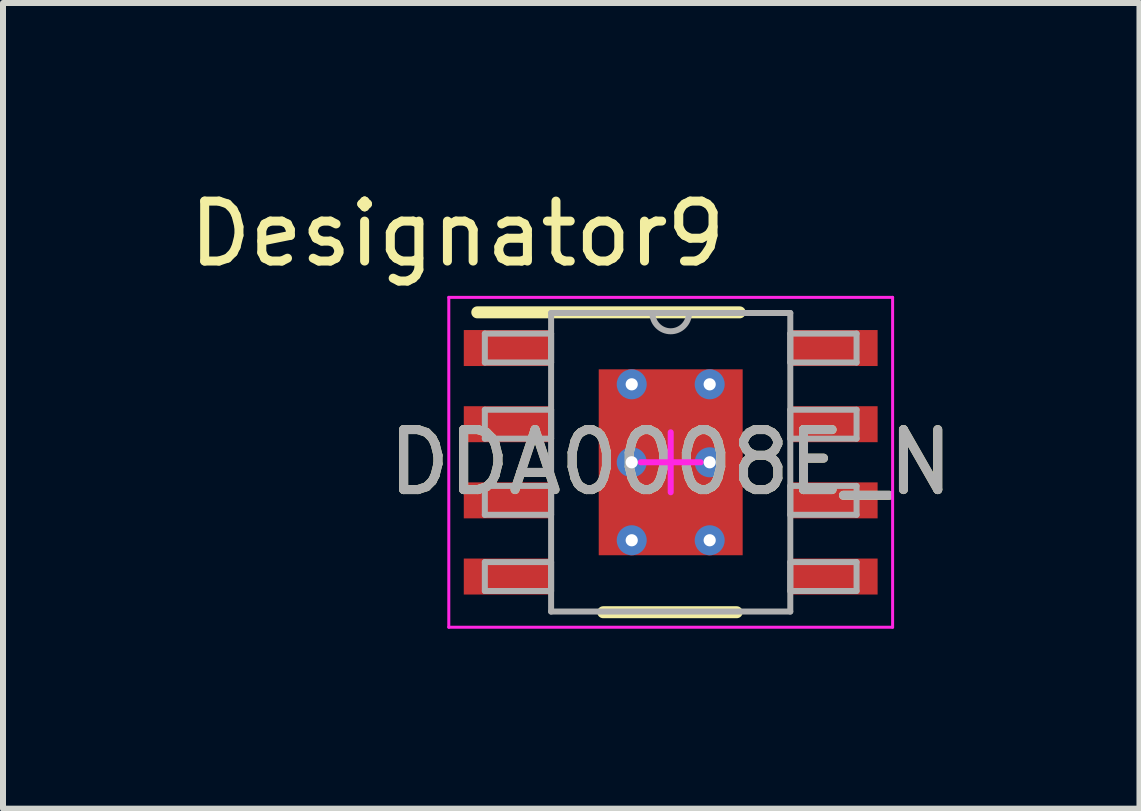
<source format=kicad_pcb>
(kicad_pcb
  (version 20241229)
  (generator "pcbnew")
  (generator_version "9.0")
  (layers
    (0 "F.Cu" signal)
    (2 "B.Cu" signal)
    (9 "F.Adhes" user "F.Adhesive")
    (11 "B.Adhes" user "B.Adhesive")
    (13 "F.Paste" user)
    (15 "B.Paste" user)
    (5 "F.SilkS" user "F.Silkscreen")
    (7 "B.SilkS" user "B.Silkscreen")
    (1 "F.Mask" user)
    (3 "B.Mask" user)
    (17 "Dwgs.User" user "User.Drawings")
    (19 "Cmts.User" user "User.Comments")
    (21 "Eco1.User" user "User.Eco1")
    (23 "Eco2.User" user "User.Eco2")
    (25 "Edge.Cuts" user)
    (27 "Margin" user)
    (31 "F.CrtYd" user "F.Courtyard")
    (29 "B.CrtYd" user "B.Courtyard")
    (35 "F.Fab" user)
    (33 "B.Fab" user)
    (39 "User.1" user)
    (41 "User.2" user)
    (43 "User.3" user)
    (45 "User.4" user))
  (footprint "DDA0008E_N"
    (layer "F.Cu")
    (at 8.133 4.658)
    (property "Reference" "DDA0008E_N" (at 0 0 0) (unlocked yes) (layer "F.SilkS") (effects (font (size 1 1) (thickness 0.15))))
    (attr smd)
    (fp_line (start -3.225 -2.5) (end 1.15 -2.5) (stroke (width 0.2) (type solid)) (layer "F.SilkS"))
    (fp_line (start -1.125 2.5) (end 1.1 2.5) (stroke (width 0.2) (type solid)) (layer "F.SilkS"))
    (fp_line (start -3.7 -2.75) (end 3.7 -2.75) (stroke (width 0.05) (type solid)) (layer "F.CrtYd"))
    (fp_line (start -3.7 2.75) (end -3.7 -2.75) (stroke (width 0.05) (type solid)) (layer "F.CrtYd"))
    (fp_line (start -3.7 2.75) (end 3.7 2.75) (stroke (width 0.05) (type solid)) (layer "F.CrtYd"))
    (fp_line (start -0.5 0) (end 0.5 0) (stroke (width 0.1) (type solid)) (layer "F.CrtYd"))
    (fp_line (start 0 0.5) (end 0 -0.5) (stroke (width 0.1) (type solid)) (layer "F.CrtYd"))
    (fp_line (start 3.7 2.75) (end 3.7 -2.75) (stroke (width 0.05) (type solid)) (layer "F.CrtYd"))
    (fp_line (start -3.099 -2.146) (end -1.994 -2.146) (stroke (width 0.1) (type solid)) (layer "F.Fab"))
    (fp_line (start -3.099 -1.664) (end -3.099 -2.146) (stroke (width 0.1) (type solid)) (layer "F.Fab"))
    (fp_line (start -3.099 -1.664) (end -1.994 -1.664) (stroke (width 0.1) (type solid)) (layer "F.Fab"))
    (fp_line (start -3.099 -0.876) (end -1.994 -0.876) (stroke (width 0.1) (type solid)) (layer "F.Fab"))
    (fp_line (start -3.099 -0.394) (end -3.099 -0.876) (stroke (width 0.1) (type solid)) (layer "F.Fab"))
    (fp_line (start -3.099 -0.394) (end -1.994 -0.394) (stroke (width 0.1) (type solid)) (layer "F.Fab"))
    (fp_line (start -3.099 0.394) (end -1.994 0.394) (stroke (width 0.1) (type solid)) (layer "F.Fab"))
    (fp_line (start -3.099 0.876) (end -3.099 0.394) (stroke (width 0.1) (type solid)) (layer "F.Fab"))
    (fp_line (start -3.099 0.876) (end -1.994 0.876) (stroke (width 0.1) (type solid)) (layer "F.Fab"))
    (fp_line (start -3.099 1.664) (end -1.994 1.664) (stroke (width 0.1) (type solid)) (layer "F.Fab"))
    (fp_line (start -3.099 2.146) (end -3.099 1.664) (stroke (width 0.1) (type solid)) (layer "F.Fab"))
    (fp_line (start -3.099 2.146) (end -1.994 2.146) (stroke (width 0.1) (type solid)) (layer "F.Fab"))
    (fp_line (start -1.994 -2.489) (end 1.994 -2.489) (stroke (width 0.1) (type solid)) (layer "F.Fab"))
    (fp_line (start -1.994 -1.664) (end -1.994 -2.146) (stroke (width 0.1) (type solid)) (layer "F.Fab"))
    (fp_line (start -1.994 -0.394) (end -1.994 -0.876) (stroke (width 0.1) (type solid)) (layer "F.Fab"))
    (fp_line (start -1.994 0.876) (end -1.994 0.394) (stroke (width 0.1) (type solid)) (layer "F.Fab"))
    (fp_line (start -1.994 2.146) (end -1.994 1.664) (stroke (width 0.1) (type solid)) (layer "F.Fab"))
    (fp_line (start -1.994 2.489) (end -1.994 -2.489) (stroke (width 0.1) (type solid)) (layer "F.Fab"))
    (fp_line (start -1.994 2.489) (end 1.994 2.489) (stroke (width 0.1) (type solid)) (layer "F.Fab"))
    (fp_line (start 1.994 -2.146) (end 3.099 -2.146) (stroke (width 0.1) (type solid)) (layer "F.Fab"))
    (fp_line (start 1.994 -1.664) (end 1.994 -2.146) (stroke (width 0.1) (type solid)) (layer "F.Fab"))
    (fp_line (start 1.994 -1.664) (end 3.099 -1.664) (stroke (width 0.1) (type solid)) (layer "F.Fab"))
    (fp_line (start 1.994 -0.876) (end 3.099 -0.876) (stroke (width 0.1) (type solid)) (layer "F.Fab"))
    (fp_line (start 1.994 -0.394) (end 1.994 -0.876) (stroke (width 0.1) (type solid)) (layer "F.Fab"))
    (fp_line (start 1.994 -0.394) (end 3.099 -0.394) (stroke (width 0.1) (type solid)) (layer "F.Fab"))
    (fp_line (start 1.994 0.394) (end 3.099 0.394) (stroke (width 0.1) (type solid)) (layer "F.Fab"))
    (fp_line (start 1.994 0.876) (end 1.994 0.394) (stroke (width 0.1) (type solid)) (layer "F.Fab"))
    (fp_line (start 1.994 0.876) (end 3.099 0.876) (stroke (width 0.1) (type solid)) (layer "F.Fab"))
    (fp_line (start 1.994 1.664) (end 3.099 1.664) (stroke (width 0.1) (type solid)) (layer "F.Fab"))
    (fp_line (start 1.994 2.146) (end 1.994 1.664) (stroke (width 0.1) (type solid)) (layer "F.Fab"))
    (fp_line (start 1.994 2.146) (end 3.099 2.146) (stroke (width 0.1) (type solid)) (layer "F.Fab"))
    (fp_line (start 1.994 2.489) (end 1.994 -2.489) (stroke (width 0.1) (type solid)) (layer "F.Fab"))
    (fp_line (start 3.099 -1.664) (end 3.099 -2.146) (stroke (width 0.1) (type solid)) (layer "F.Fab"))
    (fp_line (start 3.099 -0.394) (end 3.099 -0.876) (stroke (width 0.1) (type solid)) (layer "F.Fab"))
    (fp_line (start 3.099 0.876) (end 3.099 0.394) (stroke (width 0.1) (type solid)) (layer "F.Fab"))
    (fp_line (start 3.099 2.146) (end 3.099 1.664) (stroke (width 0.1) (type solid)) (layer "F.Fab"))
    (fp_arc (start 0.3048 -2.4892) (mid 0 -2.1844) (end -0.3048 -2.4892) (stroke (width 0.1) (type solid)) (layer "F.Fab"))
    (fp_text user "Designator9" (at -3.556 -3.81 0) (unlocked yes) (layer "F.SilkS") (effects (font (size 1 1) (thickness 0.15))))
    (fp_text user "${REFERENCE}" (at 0 0 0) (unlocked yes) (layer "F.Fab") (effects (font (size 1 1) (thickness 0.15))))
    (pad "1" smd rect (at -2.725 -1.905 90) (size 0.6 1.45) (layers "F.Cu" "F.Mask" "F.Paste"))
    (pad "2" smd rect (at -2.725 -0.635 90) (size 0.6 1.45) (layers "F.Cu" "F.Mask" "F.Paste"))
    (pad "3" smd rect (at -2.725 0.635 90) (size 0.6 1.45) (layers "F.Cu" "F.Mask" "F.Paste"))
    (pad "4" smd rect (at -2.725 1.905 90) (size 0.6 1.45) (layers "F.Cu" "F.Mask" "F.Paste"))
    (pad "5" smd rect (at 2.725 1.905 90) (size 0.6 1.45) (layers "F.Cu" "F.Mask" "F.Paste"))
    (pad "6" smd rect (at 2.725 0.635 90) (size 0.6 1.45) (layers "F.Cu" "F.Mask" "F.Paste"))
    (pad "7" smd rect (at 2.725 -0.635 90) (size 0.6 1.45) (layers "F.Cu" "F.Mask" "F.Paste"))
    (pad "8" smd rect (at 2.725 -1.905 90) (size 0.6 1.45) (layers "F.Cu" "F.Mask" "F.Paste"))
    (pad "9" smd rect (at 0 0) (size 2.4 3.1) (layers "F.Cu" "F.Mask" "F.Paste"))
    (pad "V" thru_hole circle (at -0.65 -1.3) (size 0.5 0.5) (drill 0.203) (layers "*.Cu" "*.Mask"))
    (pad "V" thru_hole circle (at -0.65 0) (size 0.5 0.5) (drill 0.203) (layers "*.Cu" "*.Mask"))
    (pad "V" thru_hole circle (at -0.65 1.3) (size 0.5 0.5) (drill 0.203) (layers "*.Cu" "*.Mask"))
    (pad "V" thru_hole circle (at 0.65 -1.3) (size 0.5 0.5) (drill 0.203) (layers "*.Cu" "*.Mask"))
    (pad "V" thru_hole circle (at 0.65 0) (size 0.5 0.5) (drill 0.203) (layers "*.Cu" "*.Mask"))
    (pad "V" thru_hole circle (at 0.65 1.3) (size 0.5 0.5) (drill 0.203) (layers "*.Cu" "*.Mask")))
  (gr_rect
    (start -3 -3)
    (end 15.949 10.433)
    (stroke (width 0.1) (type default))
    (fill no)
    (layer "Edge.Cuts")))
</source>
